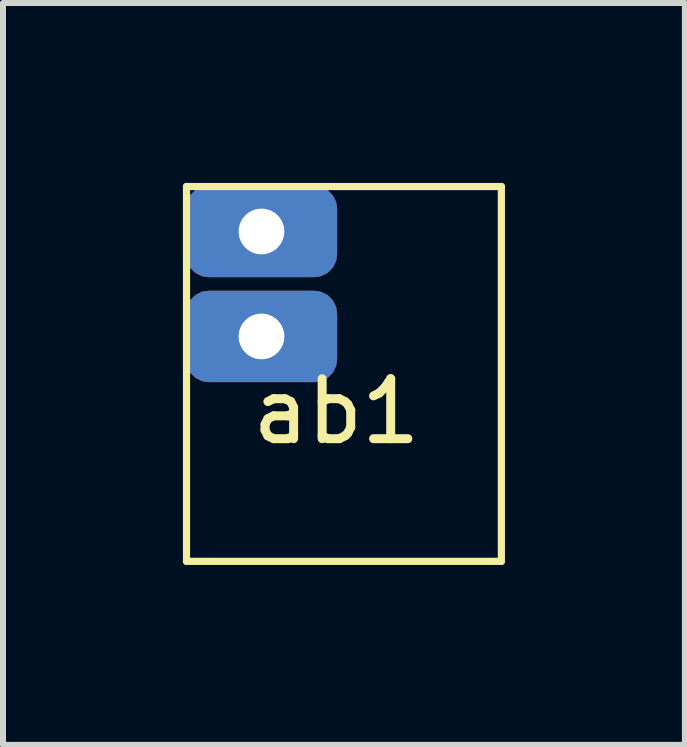
<source format=kicad_pcb>
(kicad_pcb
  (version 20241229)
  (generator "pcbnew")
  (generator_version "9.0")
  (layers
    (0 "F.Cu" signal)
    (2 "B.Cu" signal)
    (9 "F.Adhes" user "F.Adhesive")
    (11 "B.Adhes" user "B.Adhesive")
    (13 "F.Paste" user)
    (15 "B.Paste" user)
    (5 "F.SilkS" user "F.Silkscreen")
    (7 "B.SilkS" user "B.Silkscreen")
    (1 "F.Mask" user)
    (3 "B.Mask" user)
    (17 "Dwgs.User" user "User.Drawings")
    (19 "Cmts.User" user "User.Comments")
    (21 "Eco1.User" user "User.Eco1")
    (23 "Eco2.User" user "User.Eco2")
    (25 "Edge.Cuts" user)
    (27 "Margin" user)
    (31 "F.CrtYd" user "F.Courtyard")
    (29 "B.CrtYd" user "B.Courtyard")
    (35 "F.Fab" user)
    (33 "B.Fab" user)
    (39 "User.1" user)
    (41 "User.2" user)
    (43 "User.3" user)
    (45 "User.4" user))
  (footprint "ab1"
    (layer "F.Cu")
    (at 2.56 3.31)
    (property "Reference" "ab1" (at 0 0.5 0) (layer "F.SilkS") (effects (font (size 1 1) (thickness 0.15))))
    (attr through_hole)
    (fp_line (start -2.5 -3.25) (end 2.75 -3.25) (stroke (width 0.12) (type solid)) (layer "F.SilkS"))
    (fp_line (start -2.5 3) (end -2.5 -3.25) (stroke (width 0.12) (type solid)) (layer "F.SilkS"))
    (fp_line (start 2.75 -3.25) (end 2.75 3) (stroke (width 0.12) (type solid)) (layer "F.SilkS"))
    (fp_line (start 2.75 3) (end -2.5 3) (stroke (width 0.12) (type solid)) (layer "F.SilkS"))
    (pad "1" thru_hole roundrect (at -1.25 -2.5) (size 2.524 1.524) (drill 0.762) (layers "*.Cu" "*.Mask") (roundrect_rratio 0.25))
    (pad "2" thru_hole roundrect (at -1.25 -0.75) (size 2.524 1.524) (drill 0.762) (layers "*.Cu" "*.Mask") (roundrect_rratio 0.25)))
  (gr_rect
    (start -3 -3)
    (end 8.37 9.37)
    (stroke (width 0.1) (type default))
    (fill no)
    (layer "Edge.Cuts")))
</source>
